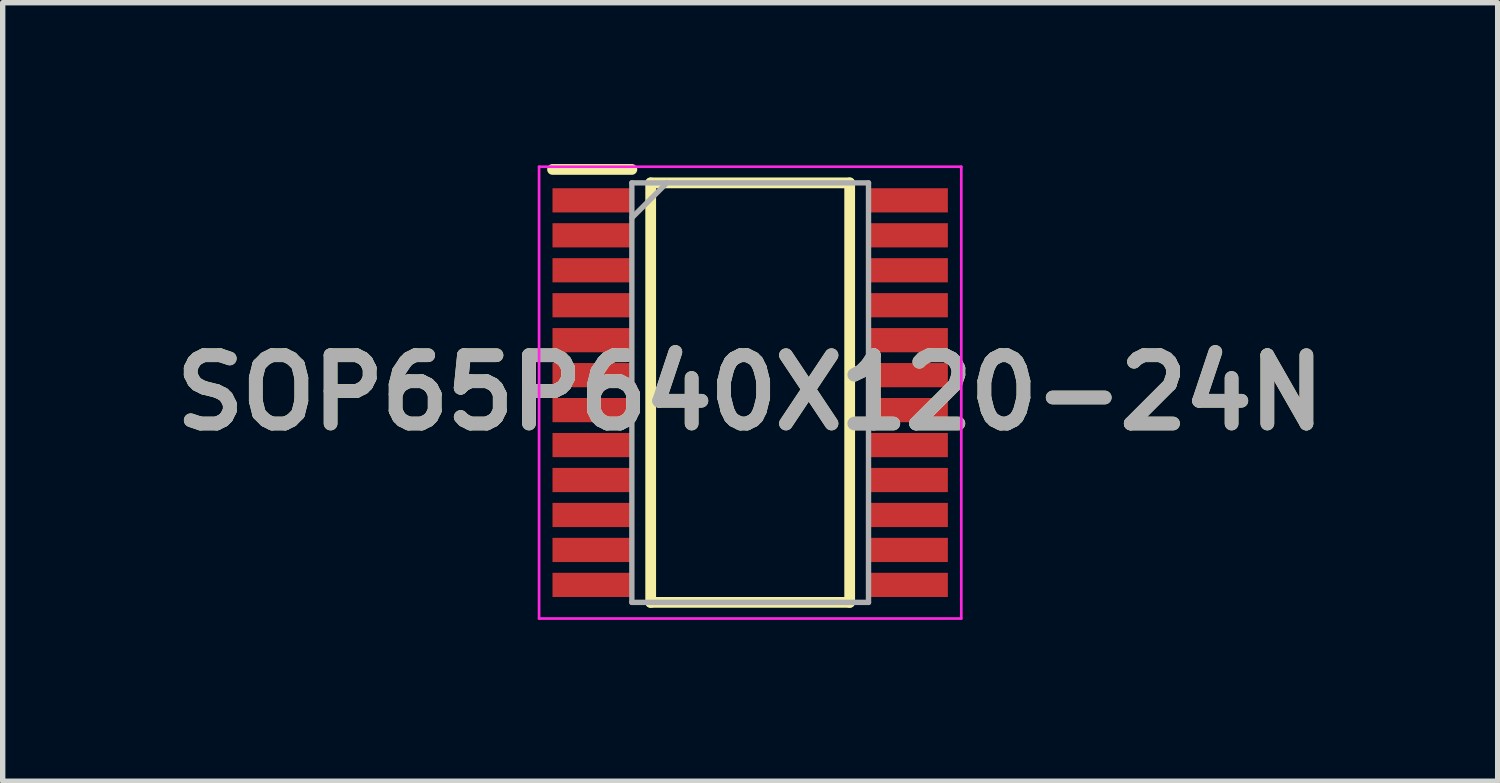
<source format=kicad_pcb>
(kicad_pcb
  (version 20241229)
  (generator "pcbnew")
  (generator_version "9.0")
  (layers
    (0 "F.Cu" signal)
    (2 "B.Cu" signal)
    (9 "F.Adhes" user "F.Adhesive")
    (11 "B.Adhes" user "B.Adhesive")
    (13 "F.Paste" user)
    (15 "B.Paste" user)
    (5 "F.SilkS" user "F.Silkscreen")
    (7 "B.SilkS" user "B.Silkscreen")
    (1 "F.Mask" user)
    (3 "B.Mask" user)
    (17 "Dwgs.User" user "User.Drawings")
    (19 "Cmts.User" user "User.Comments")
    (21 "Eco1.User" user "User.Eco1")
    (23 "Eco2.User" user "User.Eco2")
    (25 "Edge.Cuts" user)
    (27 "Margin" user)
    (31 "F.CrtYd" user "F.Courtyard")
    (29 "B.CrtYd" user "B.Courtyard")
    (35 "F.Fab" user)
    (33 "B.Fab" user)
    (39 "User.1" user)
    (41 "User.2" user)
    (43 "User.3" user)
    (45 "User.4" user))
  (footprint "SOP65P640X120-24N"
    (layer "F.Cu")
    (at 10.898 4.25)
    (property "Reference" "SOP65P640X120-24N" (at 0 0 0) (layer "F.SilkS") (effects (font (size 1.27 1.27) (thickness 0.254))))
    (attr smd)
    (fp_line (start -3.675 -4.15) (end -2.2 -4.15) (stroke (width 0.2) (type solid)) (layer "F.SilkS"))
    (fp_line (start -1.85 -3.9) (end 1.85 -3.9) (stroke (width 0.2) (type solid)) (layer "F.SilkS"))
    (fp_line (start -1.85 3.9) (end -1.85 -3.9) (stroke (width 0.2) (type solid)) (layer "F.SilkS"))
    (fp_line (start 1.85 -3.9) (end 1.85 3.9) (stroke (width 0.2) (type solid)) (layer "F.SilkS"))
    (fp_line (start 1.85 3.9) (end -1.85 3.9) (stroke (width 0.2) (type solid)) (layer "F.SilkS"))
    (fp_line (start -3.925 -4.2) (end 3.925 -4.2) (stroke (width 0.05) (type solid)) (layer "F.CrtYd"))
    (fp_line (start -3.925 4.2) (end -3.925 -4.2) (stroke (width 0.05) (type solid)) (layer "F.CrtYd"))
    (fp_line (start 3.925 -4.2) (end 3.925 4.2) (stroke (width 0.05) (type solid)) (layer "F.CrtYd"))
    (fp_line (start 3.925 4.2) (end -3.925 4.2) (stroke (width 0.05) (type solid)) (layer "F.CrtYd"))
    (fp_line (start -2.2 -3.9) (end 2.2 -3.9) (stroke (width 0.1) (type solid)) (layer "F.Fab"))
    (fp_line (start -2.2 -3.25) (end -1.55 -3.9) (stroke (width 0.1) (type solid)) (layer "F.Fab"))
    (fp_line (start -2.2 3.9) (end -2.2 -3.9) (stroke (width 0.1) (type solid)) (layer "F.Fab"))
    (fp_line (start 2.2 -3.9) (end 2.2 3.9) (stroke (width 0.1) (type solid)) (layer "F.Fab"))
    (fp_line (start 2.2 3.9) (end -2.2 3.9) (stroke (width 0.1) (type solid)) (layer "F.Fab"))
    (fp_text user "${REFERENCE}" (at 0 0 0) (layer "F.Fab") (effects (font (size 1.27 1.27) (thickness 0.254))))
    (pad "1" smd rect (at -2.938 -3.575 90) (size 0.45 1.475) (layers "F.Cu" "F.Mask" "F.Paste"))
    (pad "2" smd rect (at -2.938 -2.925 90) (size 0.45 1.475) (layers "F.Cu" "F.Mask" "F.Paste"))
    (pad "3" smd rect (at -2.938 -2.275 90) (size 0.45 1.475) (layers "F.Cu" "F.Mask" "F.Paste"))
    (pad "4" smd rect (at -2.938 -1.625 90) (size 0.45 1.475) (layers "F.Cu" "F.Mask" "F.Paste"))
    (pad "5" smd rect (at -2.938 -0.975 90) (size 0.45 1.475) (layers "F.Cu" "F.Mask" "F.Paste"))
    (pad "6" smd rect (at -2.938 -0.325 90) (size 0.45 1.475) (layers "F.Cu" "F.Mask" "F.Paste"))
    (pad "7" smd rect (at -2.938 0.325 90) (size 0.45 1.475) (layers "F.Cu" "F.Mask" "F.Paste"))
    (pad "8" smd rect (at -2.938 0.975 90) (size 0.45 1.475) (layers "F.Cu" "F.Mask" "F.Paste"))
    (pad "9" smd rect (at -2.938 1.625 90) (size 0.45 1.475) (layers "F.Cu" "F.Mask" "F.Paste"))
    (pad "10" smd rect (at -2.938 2.275 90) (size 0.45 1.475) (layers "F.Cu" "F.Mask" "F.Paste"))
    (pad "11" smd rect (at -2.938 2.925 90) (size 0.45 1.475) (layers "F.Cu" "F.Mask" "F.Paste"))
    (pad "12" smd rect (at -2.938 3.575 90) (size 0.45 1.475) (layers "F.Cu" "F.Mask" "F.Paste"))
    (pad "13" smd rect (at 2.938 3.575 90) (size 0.45 1.475) (layers "F.Cu" "F.Mask" "F.Paste"))
    (pad "14" smd rect (at 2.938 2.925 90) (size 0.45 1.475) (layers "F.Cu" "F.Mask" "F.Paste"))
    (pad "15" smd rect (at 2.938 2.275 90) (size 0.45 1.475) (layers "F.Cu" "F.Mask" "F.Paste"))
    (pad "16" smd rect (at 2.938 1.625 90) (size 0.45 1.475) (layers "F.Cu" "F.Mask" "F.Paste"))
    (pad "17" smd rect (at 2.938 0.975 90) (size 0.45 1.475) (layers "F.Cu" "F.Mask" "F.Paste"))
    (pad "18" smd rect (at 2.938 0.325 90) (size 0.45 1.475) (layers "F.Cu" "F.Mask" "F.Paste"))
    (pad "19" smd rect (at 2.938 -0.325 90) (size 0.45 1.475) (layers "F.Cu" "F.Mask" "F.Paste"))
    (pad "20" smd rect (at 2.938 -0.975 90) (size 0.45 1.475) (layers "F.Cu" "F.Mask" "F.Paste"))
    (pad "21" smd rect (at 2.938 -1.625 90) (size 0.45 1.475) (layers "F.Cu" "F.Mask" "F.Paste"))
    (pad "22" smd rect (at 2.938 -2.275 90) (size 0.45 1.475) (layers "F.Cu" "F.Mask" "F.Paste"))
    (pad "23" smd rect (at 2.938 -2.925 90) (size 0.45 1.475) (layers "F.Cu" "F.Mask" "F.Paste"))
    (pad "24" smd rect (at 2.938 -3.575 90) (size 0.45 1.475) (layers "F.Cu" "F.Mask" "F.Paste")))
  (gr_rect
    (start -3 -3)
    (end 24.796 11.475)
    (stroke (width 0.1) (type default))
    (fill no)
    (layer "Edge.Cuts")))
</source>
